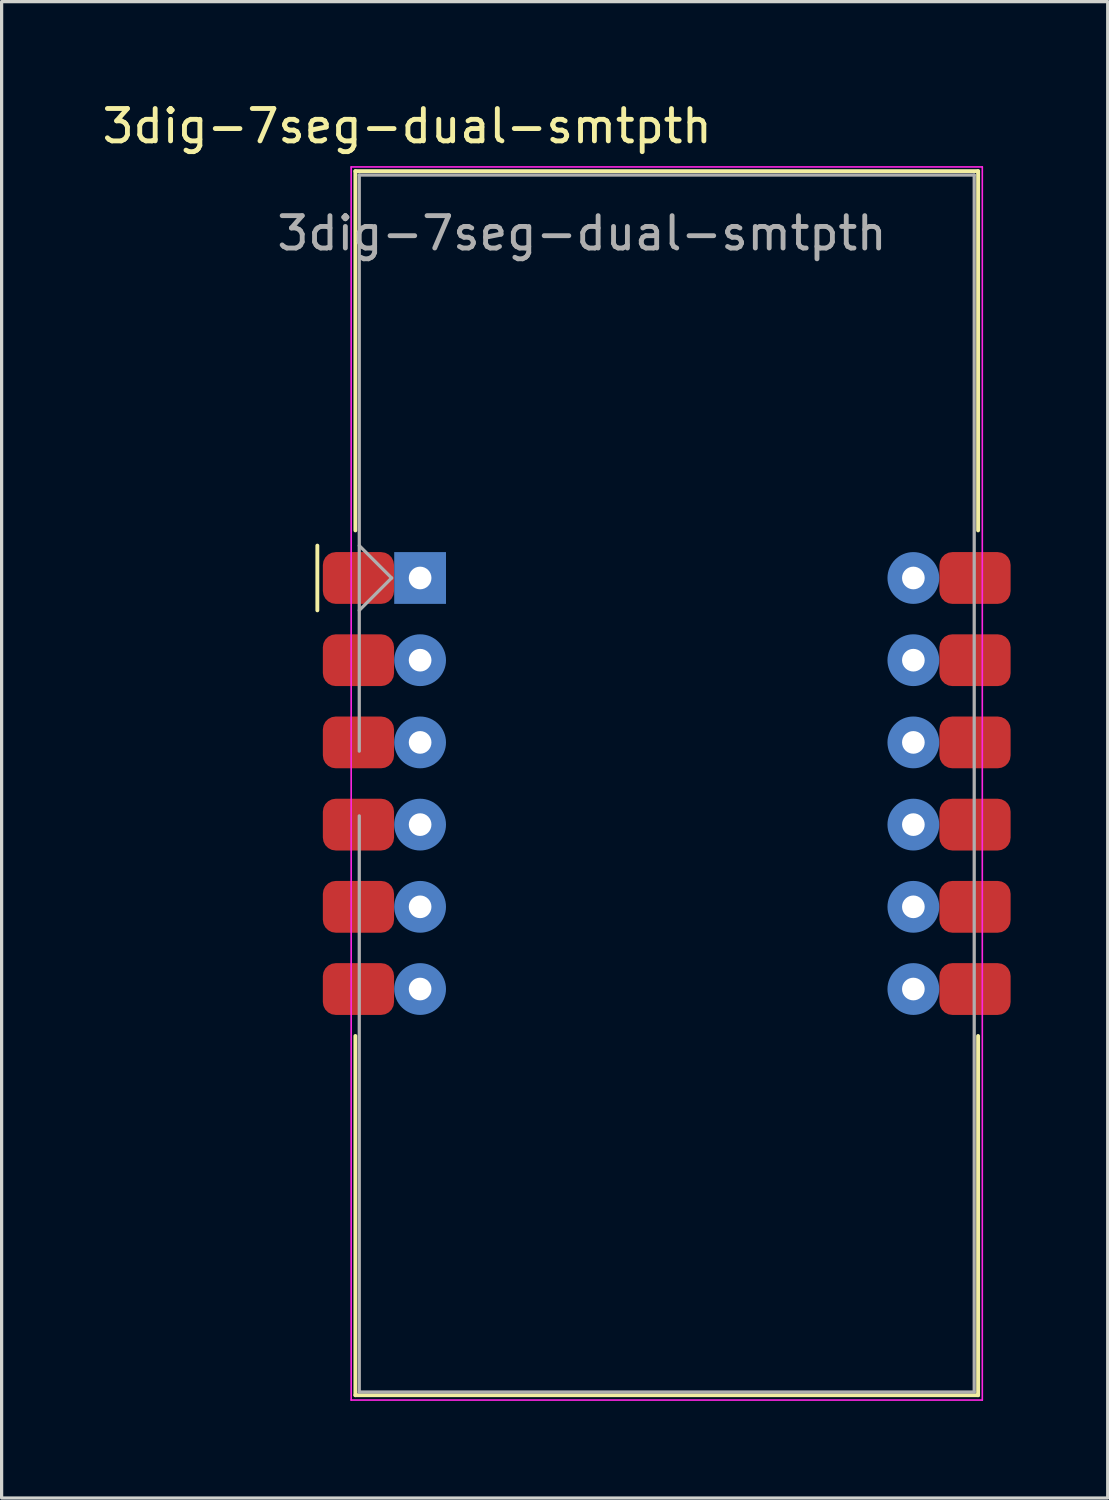
<source format=kicad_pcb>
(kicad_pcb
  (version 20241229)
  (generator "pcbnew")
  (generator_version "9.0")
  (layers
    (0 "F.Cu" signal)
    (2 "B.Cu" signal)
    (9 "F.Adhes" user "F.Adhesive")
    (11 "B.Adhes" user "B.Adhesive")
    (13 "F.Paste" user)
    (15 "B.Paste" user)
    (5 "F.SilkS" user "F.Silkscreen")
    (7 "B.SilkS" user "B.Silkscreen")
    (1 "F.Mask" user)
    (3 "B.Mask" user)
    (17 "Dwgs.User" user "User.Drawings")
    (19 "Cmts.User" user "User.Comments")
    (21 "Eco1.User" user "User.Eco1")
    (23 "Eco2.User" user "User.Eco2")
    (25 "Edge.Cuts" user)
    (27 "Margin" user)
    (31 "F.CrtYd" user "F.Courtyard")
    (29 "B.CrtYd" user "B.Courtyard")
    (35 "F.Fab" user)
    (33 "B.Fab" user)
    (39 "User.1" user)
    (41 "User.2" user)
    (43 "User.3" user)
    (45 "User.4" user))
  (footprint "3dig-7seg-dual-smtpth"
    (layer "F.Cu")
    (at 9.93 21.158)
    (property "Reference" "3dig-7seg-dual-smtpth" (at -0.4 -20.31 0) (layer "F.SilkS") (effects (font (size 1 1) (thickness 0.15))))
    (attr through_hole)
    (fp_line (start -3.175 -7.35) (end -3.175 -5.35) (stroke (width 0.12) (type solid)) (layer "F.SilkS"))
    (fp_line (start -2 -18.92) (end -2 -7.82) (stroke (width 0.12) (type solid)) (layer "F.SilkS"))
    (fp_line (start -2 -18.92) (end 17.24 -18.92) (stroke (width 0.12) (type solid)) (layer "F.SilkS"))
    (fp_line (start -2 7.8) (end -2 18.9) (stroke (width 0.12) (type solid)) (layer "F.SilkS"))
    (fp_line (start -2 18.9) (end 17.24 18.9) (stroke (width 0.12) (type solid)) (layer "F.SilkS"))
    (fp_line (start 17.24 -18.92) (end 17.24 -7.82) (stroke (width 0.12) (type solid)) (layer "F.SilkS"))
    (fp_line (start 17.24 18.9) (end 17.24 7.8) (stroke (width 0.12) (type solid)) (layer "F.SilkS"))
    (fp_line (start -2.13 -19.05) (end 17.37 -19.05) (stroke (width 0.05) (type solid)) (layer "F.CrtYd"))
    (fp_line (start -2.13 19.05) (end -2.13 -19.05) (stroke (width 0.05) (type solid)) (layer "F.CrtYd"))
    (fp_line (start 17.37 -19.05) (end 17.37 19.05) (stroke (width 0.05) (type solid)) (layer "F.CrtYd"))
    (fp_line (start 17.37 19.05) (end -2.13 19.05) (stroke (width 0.05) (type solid)) (layer "F.CrtYd"))
    (fp_line (start -1.88 -18.8) (end 17.12 -18.8) (stroke (width 0.1) (type solid)) (layer "F.Fab"))
    (fp_line (start -1.88 -5.35) (end -0.88 -6.35) (stroke (width 0.1) (type solid)) (layer "F.Fab"))
    (fp_line (start -1.88 -1) (end -1.88 -18.8) (stroke (width 0.1) (type solid)) (layer "F.Fab"))
    (fp_line (start -1.88 1) (end -1.88 18.8) (stroke (width 0.1) (type solid)) (layer "F.Fab"))
    (fp_line (start -1.88 18.8) (end 17.12 18.8) (stroke (width 0.1) (type solid)) (layer "F.Fab"))
    (fp_line (start -0.88 -6.35) (end -1.88 -7.35) (stroke (width 0.1) (type solid)) (layer "F.Fab"))
    (fp_line (start 17.12 -18.8) (end 17.12 18.8) (stroke (width 0.1) (type solid)) (layer "F.Fab"))
    (fp_text user "${REFERENCE}" (at 5 -17 0) (layer "F.Fab") (effects (font (size 1 1) (thickness 0.15))))
    (pad "CA1" thru_hole circle (at 15.24 -6.35) (size 1 1) (drill 0.7) (layers "*.Cu" "*.Mask") (remove_unused_layers yes) (keep_end_layers yes) (zone_layer_connections))
    (pad "CA1" smd circle (at 15.24 -6.35) (size 1.6 1.6) (layers "B.Cu" "B.Mask"))
    (pad "CA1" smd roundrect (at 17.145 -6.35) (size 2.2 1.6) (layers "F.Cu" "F.Mask" "F.Paste") (roundrect_rratio 0.25))
    (pad "CA2" thru_hole circle (at 15.24 1.27) (size 1 1) (drill 0.7) (layers "*.Cu" "*.Mask") (remove_unused_layers yes) (keep_end_layers yes) (zone_layer_connections))
    (pad "CA2" smd circle (at 15.24 1.27) (size 1.6 1.6) (layers "B.Cu" "B.Mask"))
    (pad "CA2" smd roundrect (at 17.145 3.81) (size 2.2 1.6) (layers "F.Cu" "F.Mask" "F.Paste") (roundrect_rratio 0.25))
    (pad "CA3" thru_hole circle (at 15.24 3.81) (size 1 1) (drill 0.7) (layers "*.Cu" "*.Mask") (remove_unused_layers yes) (keep_end_layers yes) (zone_layer_connections))
    (pad "CA3" smd circle (at 15.24 3.81) (size 1.6 1.6) (layers "B.Cu" "B.Mask"))
    (pad "CA3" smd roundrect (at 17.145 6.35) (size 2.2 1.6) (layers "F.Cu" "F.Mask" "F.Paste") (roundrect_rratio 0.25))
    (pad "DPX" smd roundrect (at -1.905 6.35) (size 2.2 1.6) (layers "F.Cu" "F.Mask" "F.Paste") (roundrect_rratio 0.25))
    (pad "DPX" thru_hole circle (at 0 -1.27) (size 1 1) (drill 0.7) (layers "*.Cu" "*.Mask") (remove_unused_layers yes) (keep_end_layers yes) (zone_layer_connections))
    (pad "DPX" smd circle (at 0 -1.27) (size 1.6 1.6) (layers "B.Cu" "B.Mask"))
    (pad "NC" thru_hole circle (at 0 6.35) (size 1 1) (drill 0.7) (layers "*.Cu" "*.Mask") (remove_unused_layers yes) (keep_end_layers yes) (zone_layer_connections))
    (pad "NC" smd circle (at 0 6.35) (size 1.6 1.6) (layers "B.Cu" "B.Mask"))
    (pad "NC" smd roundrect (at 17.145 -3.81) (size 2.2 1.6) (layers "F.Cu" "F.Mask" "F.Paste") (roundrect_rratio 0.25))
    (pad "a" thru_hole circle (at 15.24 -3.81) (size 1 1) (drill 0.7) (layers "*.Cu" "*.Mask") (remove_unused_layers yes) (keep_end_layers yes) (zone_layer_connections))
    (pad "a" smd circle (at 15.24 -3.81) (size 1.6 1.6) (layers "B.Cu" "B.Mask"))
    (pad "a" smd roundrect (at 17.145 1.27) (size 2.2 1.6) (layers "F.Cu" "F.Mask" "F.Paste") (roundrect_rratio 0.25))
    (pad "b" smd roundrect (at -1.905 3.81) (size 2.2 1.6) (layers "F.Cu" "F.Mask" "F.Paste") (roundrect_rratio 0.25))
    (pad "b" thru_hole circle (at 15.24 6.35) (size 1 1) (drill 0.7) (layers "*.Cu" "*.Mask") (remove_unused_layers yes) (keep_end_layers yes) (zone_layer_connections))
    (pad "b" smd circle (at 15.24 6.35) (size 1.6 1.6) (layers "B.Cu" "B.Mask"))
    (pad "c" smd roundrect (at -1.905 1.27) (size 2.2 1.6) (layers "F.Cu" "F.Mask" "F.Paste") (roundrect_rratio 0.25))
    (pad "c" thru_hole circle (at 0 1.27) (size 1 1) (drill 0.7) (layers "*.Cu" "*.Mask") (remove_unused_layers yes) (keep_end_layers yes) (zone_layer_connections))
    (pad "c" smd circle (at 0 1.27) (size 1.6 1.6) (layers "B.Cu" "B.Mask"))
    (pad "d" smd roundrect (at -1.905 -1.27) (size 2.2 1.6) (layers "F.Cu" "F.Mask" "F.Paste") (roundrect_rratio 0.25))
    (pad "d" thru_hole circle (at 0 -3.81) (size 1 1) (drill 0.7) (layers "*.Cu" "*.Mask") (remove_unused_layers yes) (keep_end_layers yes) (zone_layer_connections))
    (pad "d" smd circle (at 0 -3.81) (size 1.6 1.6) (layers "B.Cu" "B.Mask"))
    (pad "e" smd roundrect (at -1.905 -6.35) (size 2.2 1.6) (layers "F.Cu" "F.Mask" "F.Paste") (roundrect_rratio 0.25))
    (pad "e" thru_hole rect (at 0 -6.35) (size 1 1) (drill 0.7) (layers "*.Cu" "*.Mask"))
    (pad "e" smd rect (at 0 -6.35) (size 1.6 1.6) (layers "B.Cu" "B.Mask"))
    (pad "f" thru_hole circle (at 15.24 -1.27) (size 1 1) (drill 0.7) (layers "*.Cu" "*.Mask") (remove_unused_layers yes) (keep_end_layers yes) (zone_layer_connections))
    (pad "f" smd circle (at 15.24 -1.27) (size 1.6 1.6) (layers "B.Cu" "B.Mask"))
    (pad "f" smd roundrect (at 17.145 -1.27) (size 2.2 1.6) (layers "F.Cu" "F.Mask" "F.Paste") (roundrect_rratio 0.25))
    (pad "g" smd roundrect (at -1.905 -3.81) (size 2.2 1.6) (layers "F.Cu" "F.Mask" "F.Paste") (roundrect_rratio 0.25))
    (pad "g" thru_hole circle (at 0 3.81) (size 1 1) (drill 0.7) (layers "*.Cu" "*.Mask") (remove_unused_layers yes) (keep_end_layers yes) (zone_layer_connections))
    (pad "g" smd circle (at 0 3.81) (size 1.6 1.6) (layers "B.Cu" "B.Mask")))
  (gr_rect
    (start -3 -3)
    (end 31.175 43.233)
    (stroke (width 0.1) (type default))
    (fill no)
    (layer "Edge.Cuts")))
</source>
